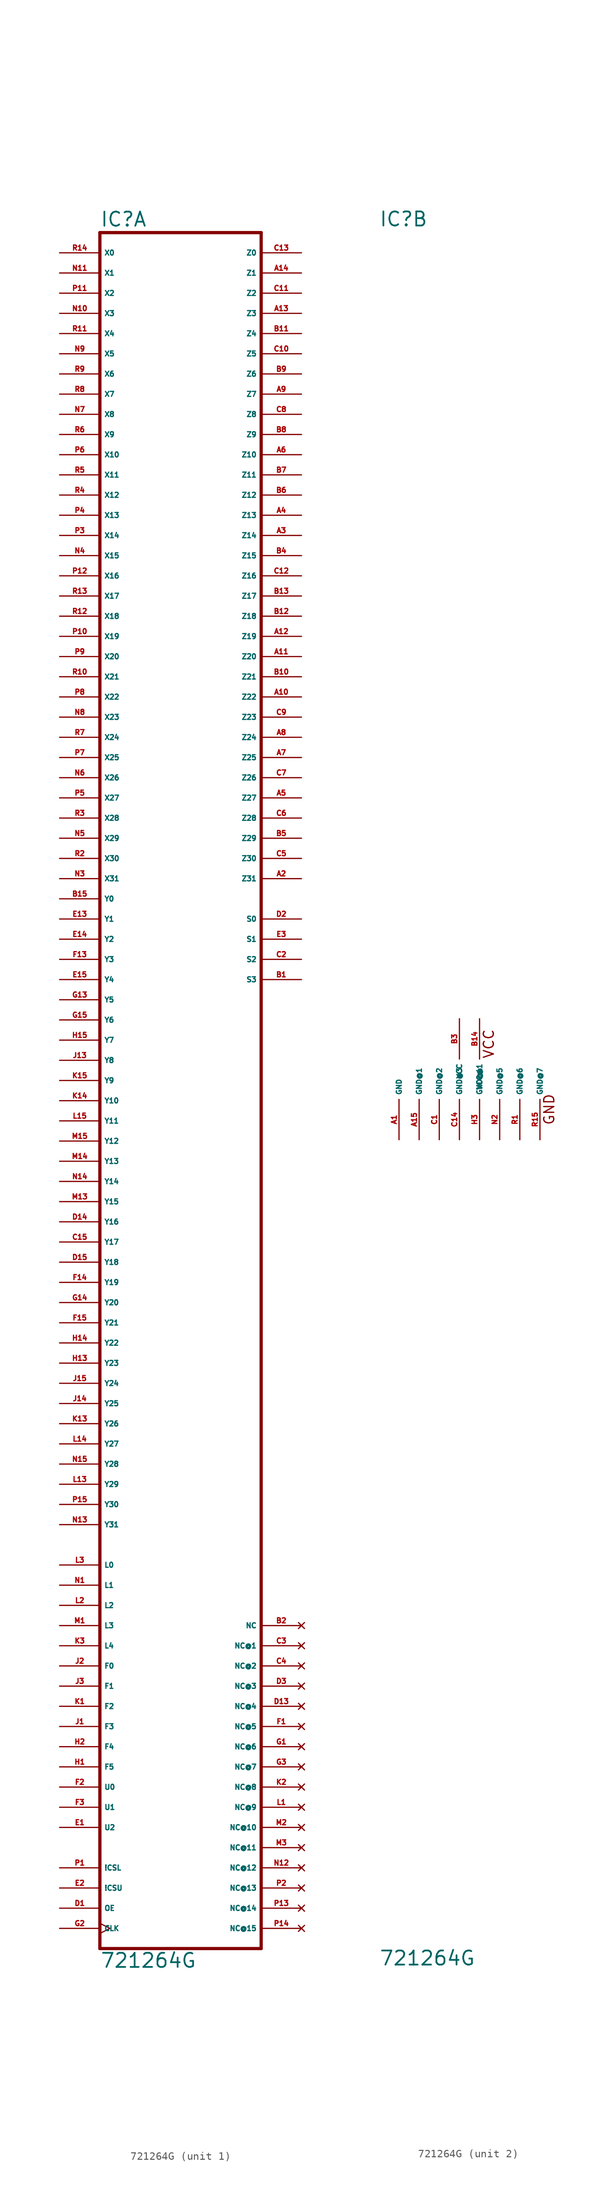
<source format=kicad_sym>
(kicad_symbol_lib
  (version 20220914)
  (generator Eagle2Kicad)
  (symbol "721264G"
    (property "Reference" "IC"
      (at -10.16 107.315 0)
      (effects (font (size 1.778 1.778) (thickness 0.22)) (justify left bottom)))
    (property "Value" "721264G"
      (at -10.16 -111.76 0)
      (effects (font (size 1.778 1.778) (thickness 0.22)) (justify left bottom)))
    (symbol "721264G_1_0"
      (polyline (pts (xy -10.16 -109.22) (xy 10.16 -109.22)) (stroke (width 0.406) (type default)) (fill (type none)))
      (polyline (pts (xy 10.16 -109.22) (xy 10.16 106.68)) (stroke (width 0.406) (type default)) (fill (type none)))
      (polyline (pts (xy 10.16 106.68) (xy -10.16 106.68)) (stroke (width 0.406) (type default)) (fill (type none)))
      (polyline (pts (xy -10.16 106.68) (xy -10.16 -109.22)) (stroke (width 0.406) (type default)) (fill (type none)))
      (pin input line (at -15.24 104.14 0) (length 5.08) (name "X0" (effects (font (size 0.635 0.635) (thickness 0.08)) (justify left bottom))) (number "R14" (effects (font (size 0.635 0.635) (thickness 0.08)) (justify left bottom))))
      (pin input line (at -15.24 101.6 0) (length 5.08) (name "X1" (effects (font (size 0.635 0.635) (thickness 0.08)) (justify left bottom))) (number "N11" (effects (font (size 0.635 0.635) (thickness 0.08)) (justify left bottom))))
      (pin input line (at -15.24 99.06 0) (length 5.08) (name "X2" (effects (font (size 0.635 0.635) (thickness 0.08)) (justify left bottom))) (number "P11" (effects (font (size 0.635 0.635) (thickness 0.08)) (justify left bottom))))
      (pin input line (at -15.24 96.52 0) (length 5.08) (name "X3" (effects (font (size 0.635 0.635) (thickness 0.08)) (justify left bottom))) (number "N10" (effects (font (size 0.635 0.635) (thickness 0.08)) (justify left bottom))))
      (pin input line (at -15.24 93.98 0) (length 5.08) (name "X4" (effects (font (size 0.635 0.635) (thickness 0.08)) (justify left bottom))) (number "R11" (effects (font (size 0.635 0.635) (thickness 0.08)) (justify left bottom))))
      (pin input line (at -15.24 91.44 0) (length 5.08) (name "X5" (effects (font (size 0.635 0.635) (thickness 0.08)) (justify left bottom))) (number "N9" (effects (font (size 0.635 0.635) (thickness 0.08)) (justify left bottom))))
      (pin input line (at -15.24 88.9 0) (length 5.08) (name "X6" (effects (font (size 0.635 0.635) (thickness 0.08)) (justify left bottom))) (number "R9" (effects (font (size 0.635 0.635) (thickness 0.08)) (justify left bottom))))
      (pin input line (at -15.24 86.36 0) (length 5.08) (name "X7" (effects (font (size 0.635 0.635) (thickness 0.08)) (justify left bottom))) (number "R8" (effects (font (size 0.635 0.635) (thickness 0.08)) (justify left bottom))))
      (pin input line (at -15.24 83.82 0) (length 5.08) (name "X8" (effects (font (size 0.635 0.635) (thickness 0.08)) (justify left bottom))) (number "N7" (effects (font (size 0.635 0.635) (thickness 0.08)) (justify left bottom))))
      (pin input line (at -15.24 81.28 0) (length 5.08) (name "X9" (effects (font (size 0.635 0.635) (thickness 0.08)) (justify left bottom))) (number "R6" (effects (font (size 0.635 0.635) (thickness 0.08)) (justify left bottom))))
      (pin input line (at -15.24 78.74 0) (length 5.08) (name "X10" (effects (font (size 0.635 0.635) (thickness 0.08)) (justify left bottom))) (number "P6" (effects (font (size 0.635 0.635) (thickness 0.08)) (justify left bottom))))
      (pin input line (at -15.24 76.2 0) (length 5.08) (name "X11" (effects (font (size 0.635 0.635) (thickness 0.08)) (justify left bottom))) (number "R5" (effects (font (size 0.635 0.635) (thickness 0.08)) (justify left bottom))))
      (pin input line (at -15.24 73.66 0) (length 5.08) (name "X12" (effects (font (size 0.635 0.635) (thickness 0.08)) (justify left bottom))) (number "R4" (effects (font (size 0.635 0.635) (thickness 0.08)) (justify left bottom))))
      (pin input line (at -15.24 71.12 0) (length 5.08) (name "X13" (effects (font (size 0.635 0.635) (thickness 0.08)) (justify left bottom))) (number "P4" (effects (font (size 0.635 0.635) (thickness 0.08)) (justify left bottom))))
      (pin input line (at -15.24 68.58 0) (length 5.08) (name "X14" (effects (font (size 0.635 0.635) (thickness 0.08)) (justify left bottom))) (number "P3" (effects (font (size 0.635 0.635) (thickness 0.08)) (justify left bottom))))
      (pin input line (at -15.24 66.04 0) (length 5.08) (name "X15" (effects (font (size 0.635 0.635) (thickness 0.08)) (justify left bottom))) (number "N4" (effects (font (size 0.635 0.635) (thickness 0.08)) (justify left bottom))))
      (pin input line (at -15.24 63.5 0) (length 5.08) (name "X16" (effects (font (size 0.635 0.635) (thickness 0.08)) (justify left bottom))) (number "P12" (effects (font (size 0.635 0.635) (thickness 0.08)) (justify left bottom))))
      (pin input line (at -15.24 60.96 0) (length 5.08) (name "X17" (effects (font (size 0.635 0.635) (thickness 0.08)) (justify left bottom))) (number "R13" (effects (font (size 0.635 0.635) (thickness 0.08)) (justify left bottom))))
      (pin input line (at -15.24 58.42 0) (length 5.08) (name "X18" (effects (font (size 0.635 0.635) (thickness 0.08)) (justify left bottom))) (number "R12" (effects (font (size 0.635 0.635) (thickness 0.08)) (justify left bottom))))
      (pin input line (at -15.24 55.88 0) (length 5.08) (name "X19" (effects (font (size 0.635 0.635) (thickness 0.08)) (justify left bottom))) (number "P10" (effects (font (size 0.635 0.635) (thickness 0.08)) (justify left bottom))))
      (pin input line (at -15.24 53.34 0) (length 5.08) (name "X20" (effects (font (size 0.635 0.635) (thickness 0.08)) (justify left bottom))) (number "P9" (effects (font (size 0.635 0.635) (thickness 0.08)) (justify left bottom))))
      (pin input line (at -15.24 50.8 0) (length 5.08) (name "X21" (effects (font (size 0.635 0.635) (thickness 0.08)) (justify left bottom))) (number "R10" (effects (font (size 0.635 0.635) (thickness 0.08)) (justify left bottom))))
      (pin input line (at -15.24 48.26 0) (length 5.08) (name "X22" (effects (font (size 0.635 0.635) (thickness 0.08)) (justify left bottom))) (number "P8" (effects (font (size 0.635 0.635) (thickness 0.08)) (justify left bottom))))
      (pin input line (at -15.24 45.72 0) (length 5.08) (name "X23" (effects (font (size 0.635 0.635) (thickness 0.08)) (justify left bottom))) (number "N8" (effects (font (size 0.635 0.635) (thickness 0.08)) (justify left bottom))))
      (pin input line (at -15.24 43.18 0) (length 5.08) (name "X24" (effects (font (size 0.635 0.635) (thickness 0.08)) (justify left bottom))) (number "R7" (effects (font (size 0.635 0.635) (thickness 0.08)) (justify left bottom))))
      (pin input line (at -15.24 40.64 0) (length 5.08) (name "X25" (effects (font (size 0.635 0.635) (thickness 0.08)) (justify left bottom))) (number "P7" (effects (font (size 0.635 0.635) (thickness 0.08)) (justify left bottom))))
      (pin input line (at -15.24 38.1 0) (length 5.08) (name "X26" (effects (font (size 0.635 0.635) (thickness 0.08)) (justify left bottom))) (number "N6" (effects (font (size 0.635 0.635) (thickness 0.08)) (justify left bottom))))
      (pin input line (at -15.24 35.56 0) (length 5.08) (name "X27" (effects (font (size 0.635 0.635) (thickness 0.08)) (justify left bottom))) (number "P5" (effects (font (size 0.635 0.635) (thickness 0.08)) (justify left bottom))))
      (pin input line (at -15.24 33.02 0) (length 5.08) (name "X28" (effects (font (size 0.635 0.635) (thickness 0.08)) (justify left bottom))) (number "R3" (effects (font (size 0.635 0.635) (thickness 0.08)) (justify left bottom))))
      (pin input line (at -15.24 30.48 0) (length 5.08) (name "X29" (effects (font (size 0.635 0.635) (thickness 0.08)) (justify left bottom))) (number "N5" (effects (font (size 0.635 0.635) (thickness 0.08)) (justify left bottom))))
      (pin input line (at -15.24 27.94 0) (length 5.08) (name "X30" (effects (font (size 0.635 0.635) (thickness 0.08)) (justify left bottom))) (number "R2" (effects (font (size 0.635 0.635) (thickness 0.08)) (justify left bottom))))
      (pin input line (at -15.24 25.4 0) (length 5.08) (name "X31" (effects (font (size 0.635 0.635) (thickness 0.08)) (justify left bottom))) (number "N3" (effects (font (size 0.635 0.635) (thickness 0.08)) (justify left bottom))))
      (pin input line (at -15.24 22.86 0) (length 5.08) (name "Y0" (effects (font (size 0.635 0.635) (thickness 0.08)) (justify left bottom))) (number "B15" (effects (font (size 0.635 0.635) (thickness 0.08)) (justify left bottom))))
      (pin input line (at -15.24 20.32 0) (length 5.08) (name "Y1" (effects (font (size 0.635 0.635) (thickness 0.08)) (justify left bottom))) (number "E13" (effects (font (size 0.635 0.635) (thickness 0.08)) (justify left bottom))))
      (pin input line (at -15.24 17.78 0) (length 5.08) (name "Y2" (effects (font (size 0.635 0.635) (thickness 0.08)) (justify left bottom))) (number "E14" (effects (font (size 0.635 0.635) (thickness 0.08)) (justify left bottom))))
      (pin input line (at -15.24 15.24 0) (length 5.08) (name "Y3" (effects (font (size 0.635 0.635) (thickness 0.08)) (justify left bottom))) (number "F13" (effects (font (size 0.635 0.635) (thickness 0.08)) (justify left bottom))))
      (pin input line (at -15.24 12.7 0) (length 5.08) (name "Y4" (effects (font (size 0.635 0.635) (thickness 0.08)) (justify left bottom))) (number "E15" (effects (font (size 0.635 0.635) (thickness 0.08)) (justify left bottom))))
      (pin input line (at -15.24 10.16 0) (length 5.08) (name "Y5" (effects (font (size 0.635 0.635) (thickness 0.08)) (justify left bottom))) (number "G13" (effects (font (size 0.635 0.635) (thickness 0.08)) (justify left bottom))))
      (pin input line (at -15.24 7.62 0) (length 5.08) (name "Y6" (effects (font (size 0.635 0.635) (thickness 0.08)) (justify left bottom))) (number "G15" (effects (font (size 0.635 0.635) (thickness 0.08)) (justify left bottom))))
      (pin input line (at -15.24 5.08 0) (length 5.08) (name "Y7" (effects (font (size 0.635 0.635) (thickness 0.08)) (justify left bottom))) (number "H15" (effects (font (size 0.635 0.635) (thickness 0.08)) (justify left bottom))))
      (pin input line (at -15.24 2.54 0) (length 5.08) (name "Y8" (effects (font (size 0.635 0.635) (thickness 0.08)) (justify left bottom))) (number "J13" (effects (font (size 0.635 0.635) (thickness 0.08)) (justify left bottom))))
      (pin input line (at -15.24 0 0) (length 5.08) (name "Y9" (effects (font (size 0.635 0.635) (thickness 0.08)) (justify left bottom))) (number "K15" (effects (font (size 0.635 0.635) (thickness 0.08)) (justify left bottom))))
      (pin input line (at -15.24 -2.54 0) (length 5.08) (name "Y10" (effects (font (size 0.635 0.635) (thickness 0.08)) (justify left bottom))) (number "K14" (effects (font (size 0.635 0.635) (thickness 0.08)) (justify left bottom))))
      (pin input line (at -15.24 -5.08 0) (length 5.08) (name "Y11" (effects (font (size 0.635 0.635) (thickness 0.08)) (justify left bottom))) (number "L15" (effects (font (size 0.635 0.635) (thickness 0.08)) (justify left bottom))))
      (pin input line (at -15.24 -7.62 0) (length 5.08) (name "Y12" (effects (font (size 0.635 0.635) (thickness 0.08)) (justify left bottom))) (number "M15" (effects (font (size 0.635 0.635) (thickness 0.08)) (justify left bottom))))
      (pin input line (at -15.24 -10.16 0) (length 5.08) (name "Y13" (effects (font (size 0.635 0.635) (thickness 0.08)) (justify left bottom))) (number "M14" (effects (font (size 0.635 0.635) (thickness 0.08)) (justify left bottom))))
      (pin input line (at -15.24 -12.7 0) (length 5.08) (name "Y14" (effects (font (size 0.635 0.635) (thickness 0.08)) (justify left bottom))) (number "N14" (effects (font (size 0.635 0.635) (thickness 0.08)) (justify left bottom))))
      (pin input line (at -15.24 -15.24 0) (length 5.08) (name "Y15" (effects (font (size 0.635 0.635) (thickness 0.08)) (justify left bottom))) (number "M13" (effects (font (size 0.635 0.635) (thickness 0.08)) (justify left bottom))))
      (pin input line (at -15.24 -17.78 0) (length 5.08) (name "Y16" (effects (font (size 0.635 0.635) (thickness 0.08)) (justify left bottom))) (number "D14" (effects (font (size 0.635 0.635) (thickness 0.08)) (justify left bottom))))
      (pin input line (at -15.24 -20.32 0) (length 5.08) (name "Y17" (effects (font (size 0.635 0.635) (thickness 0.08)) (justify left bottom))) (number "C15" (effects (font (size 0.635 0.635) (thickness 0.08)) (justify left bottom))))
      (pin input line (at -15.24 -22.86 0) (length 5.08) (name "Y18" (effects (font (size 0.635 0.635) (thickness 0.08)) (justify left bottom))) (number "D15" (effects (font (size 0.635 0.635) (thickness 0.08)) (justify left bottom))))
      (pin input line (at -15.24 -25.4 0) (length 5.08) (name "Y19" (effects (font (size 0.635 0.635) (thickness 0.08)) (justify left bottom))) (number "F14" (effects (font (size 0.635 0.635) (thickness 0.08)) (justify left bottom))))
      (pin input line (at -15.24 -27.94 0) (length 5.08) (name "Y20" (effects (font (size 0.635 0.635) (thickness 0.08)) (justify left bottom))) (number "G14" (effects (font (size 0.635 0.635) (thickness 0.08)) (justify left bottom))))
      (pin input line (at -15.24 -30.48 0) (length 5.08) (name "Y21" (effects (font (size 0.635 0.635) (thickness 0.08)) (justify left bottom))) (number "F15" (effects (font (size 0.635 0.635) (thickness 0.08)) (justify left bottom))))
      (pin input line (at -15.24 -33.02 0) (length 5.08) (name "Y22" (effects (font (size 0.635 0.635) (thickness 0.08)) (justify left bottom))) (number "H14" (effects (font (size 0.635 0.635) (thickness 0.08)) (justify left bottom))))
      (pin input line (at -15.24 -35.56 0) (length 5.08) (name "Y23" (effects (font (size 0.635 0.635) (thickness 0.08)) (justify left bottom))) (number "H13" (effects (font (size 0.635 0.635) (thickness 0.08)) (justify left bottom))))
      (pin input line (at -15.24 -38.1 0) (length 5.08) (name "Y24" (effects (font (size 0.635 0.635) (thickness 0.08)) (justify left bottom))) (number "J15" (effects (font (size 0.635 0.635) (thickness 0.08)) (justify left bottom))))
      (pin input line (at -15.24 -40.64 0) (length 5.08) (name "Y25" (effects (font (size 0.635 0.635) (thickness 0.08)) (justify left bottom))) (number "J14" (effects (font (size 0.635 0.635) (thickness 0.08)) (justify left bottom))))
      (pin input line (at -15.24 -43.18 0) (length 5.08) (name "Y26" (effects (font (size 0.635 0.635) (thickness 0.08)) (justify left bottom))) (number "K13" (effects (font (size 0.635 0.635) (thickness 0.08)) (justify left bottom))))
      (pin input line (at -15.24 -45.72 0) (length 5.08) (name "Y27" (effects (font (size 0.635 0.635) (thickness 0.08)) (justify left bottom))) (number "L14" (effects (font (size 0.635 0.635) (thickness 0.08)) (justify left bottom))))
      (pin input line (at -15.24 -48.26 0) (length 5.08) (name "Y28" (effects (font (size 0.635 0.635) (thickness 0.08)) (justify left bottom))) (number "N15" (effects (font (size 0.635 0.635) (thickness 0.08)) (justify left bottom))))
      (pin input line (at -15.24 -50.8 0) (length 5.08) (name "Y29" (effects (font (size 0.635 0.635) (thickness 0.08)) (justify left bottom))) (number "L13" (effects (font (size 0.635 0.635) (thickness 0.08)) (justify left bottom))))
      (pin input line (at -15.24 -53.34 0) (length 5.08) (name "Y30" (effects (font (size 0.635 0.635) (thickness 0.08)) (justify left bottom))) (number "P15" (effects (font (size 0.635 0.635) (thickness 0.08)) (justify left bottom))))
      (pin input line (at -15.24 -55.88 0) (length 5.08) (name "Y31" (effects (font (size 0.635 0.635) (thickness 0.08)) (justify left bottom))) (number "N13" (effects (font (size 0.635 0.635) (thickness 0.08)) (justify left bottom))))
      (pin input line (at -15.24 -60.96 0) (length 5.08) (name "L0" (effects (font (size 0.635 0.635) (thickness 0.08)) (justify left bottom))) (number "L3" (effects (font (size 0.635 0.635) (thickness 0.08)) (justify left bottom))))
      (pin input line (at -15.24 -63.5 0) (length 5.08) (name "L1" (effects (font (size 0.635 0.635) (thickness 0.08)) (justify left bottom))) (number "N1" (effects (font (size 0.635 0.635) (thickness 0.08)) (justify left bottom))))
      (pin input line (at -15.24 -66.04 0) (length 5.08) (name "L2" (effects (font (size 0.635 0.635) (thickness 0.08)) (justify left bottom))) (number "L2" (effects (font (size 0.635 0.635) (thickness 0.08)) (justify left bottom))))
      (pin input line (at -15.24 -68.58 0) (length 5.08) (name "L3" (effects (font (size 0.635 0.635) (thickness 0.08)) (justify left bottom))) (number "M1" (effects (font (size 0.635 0.635) (thickness 0.08)) (justify left bottom))))
      (pin input line (at -15.24 -71.12 0) (length 5.08) (name "L4" (effects (font (size 0.635 0.635) (thickness 0.08)) (justify left bottom))) (number "K3" (effects (font (size 0.635 0.635) (thickness 0.08)) (justify left bottom))))
      (pin input line (at -15.24 -73.66 0) (length 5.08) (name "F0" (effects (font (size 0.635 0.635) (thickness 0.08)) (justify left bottom))) (number "J2" (effects (font (size 0.635 0.635) (thickness 0.08)) (justify left bottom))))
      (pin input line (at -15.24 -76.2 0) (length 5.08) (name "F1" (effects (font (size 0.635 0.635) (thickness 0.08)) (justify left bottom))) (number "J3" (effects (font (size 0.635 0.635) (thickness 0.08)) (justify left bottom))))
      (pin input line (at -15.24 -78.74 0) (length 5.08) (name "F2" (effects (font (size 0.635 0.635) (thickness 0.08)) (justify left bottom))) (number "K1" (effects (font (size 0.635 0.635) (thickness 0.08)) (justify left bottom))))
      (pin input line (at -15.24 -81.28 0) (length 5.08) (name "F3" (effects (font (size 0.635 0.635) (thickness 0.08)) (justify left bottom))) (number "J1" (effects (font (size 0.635 0.635) (thickness 0.08)) (justify left bottom))))
      (pin input line (at -15.24 -83.82 0) (length 5.08) (name "F4" (effects (font (size 0.635 0.635) (thickness 0.08)) (justify left bottom))) (number "H2" (effects (font (size 0.635 0.635) (thickness 0.08)) (justify left bottom))))
      (pin input line (at -15.24 -86.36 0) (length 5.08) (name "F5" (effects (font (size 0.635 0.635) (thickness 0.08)) (justify left bottom))) (number "H1" (effects (font (size 0.635 0.635) (thickness 0.08)) (justify left bottom))))
      (pin input line (at -15.24 -88.9 0) (length 5.08) (name "U0" (effects (font (size 0.635 0.635) (thickness 0.08)) (justify left bottom))) (number "F2" (effects (font (size 0.635 0.635) (thickness 0.08)) (justify left bottom))))
      (pin input line (at -15.24 -91.44 0) (length 5.08) (name "U1" (effects (font (size 0.635 0.635) (thickness 0.08)) (justify left bottom))) (number "F3" (effects (font (size 0.635 0.635) (thickness 0.08)) (justify left bottom))))
      (pin input line (at -15.24 -93.98 0) (length 5.08) (name "U2" (effects (font (size 0.635 0.635) (thickness 0.08)) (justify left bottom))) (number "E1" (effects (font (size 0.635 0.635) (thickness 0.08)) (justify left bottom))))
      (pin input line (at -15.24 -99.06 0) (length 5.08) (name "!CSL" (effects (font (size 0.635 0.635) (thickness 0.08)) (justify left bottom))) (number "P1" (effects (font (size 0.635 0.635) (thickness 0.08)) (justify left bottom))))
      (pin input line (at -15.24 -101.6 0) (length 5.08) (name "!CSU" (effects (font (size 0.635 0.635) (thickness 0.08)) (justify left bottom))) (number "E2" (effects (font (size 0.635 0.635) (thickness 0.08)) (justify left bottom))))
      (pin input line (at -15.24 -104.14 0) (length 5.08) (name "OE" (effects (font (size 0.635 0.635) (thickness 0.08)) (justify left bottom))) (number "D1" (effects (font (size 0.635 0.635) (thickness 0.08)) (justify left bottom))))
      (pin input clock (at -15.24 -106.68 0) (length 5.08) (name "CLK" (effects (font (size 0.635 0.635) (thickness 0.08)) (justify left bottom))) (number "G2" (effects (font (size 0.635 0.635) (thickness 0.08)) (justify left bottom))))
      (pin output line (at 15.24 104.14 180) (length 5.08) (name "Z0" (effects (font (size 0.635 0.635) (thickness 0.08)) (justify left bottom))) (number "C13" (effects (font (size 0.635 0.635) (thickness 0.08)) (justify left bottom))))
      (pin output line (at 15.24 101.6 180) (length 5.08) (name "Z1" (effects (font (size 0.635 0.635) (thickness 0.08)) (justify left bottom))) (number "A14" (effects (font (size 0.635 0.635) (thickness 0.08)) (justify left bottom))))
      (pin output line (at 15.24 99.06 180) (length 5.08) (name "Z2" (effects (font (size 0.635 0.635) (thickness 0.08)) (justify left bottom))) (number "C11" (effects (font (size 0.635 0.635) (thickness 0.08)) (justify left bottom))))
      (pin output line (at 15.24 96.52 180) (length 5.08) (name "Z3" (effects (font (size 0.635 0.635) (thickness 0.08)) (justify left bottom))) (number "A13" (effects (font (size 0.635 0.635) (thickness 0.08)) (justify left bottom))))
      (pin output line (at 15.24 93.98 180) (length 5.08) (name "Z4" (effects (font (size 0.635 0.635) (thickness 0.08)) (justify left bottom))) (number "B11" (effects (font (size 0.635 0.635) (thickness 0.08)) (justify left bottom))))
      (pin output line (at 15.24 91.44 180) (length 5.08) (name "Z5" (effects (font (size 0.635 0.635) (thickness 0.08)) (justify left bottom))) (number "C10" (effects (font (size 0.635 0.635) (thickness 0.08)) (justify left bottom))))
      (pin output line (at 15.24 88.9 180) (length 5.08) (name "Z6" (effects (font (size 0.635 0.635) (thickness 0.08)) (justify left bottom))) (number "B9" (effects (font (size 0.635 0.635) (thickness 0.08)) (justify left bottom))))
      (pin output line (at 15.24 86.36 180) (length 5.08) (name "Z7" (effects (font (size 0.635 0.635) (thickness 0.08)) (justify left bottom))) (number "A9" (effects (font (size 0.635 0.635) (thickness 0.08)) (justify left bottom))))
      (pin output line (at 15.24 83.82 180) (length 5.08) (name "Z8" (effects (font (size 0.635 0.635) (thickness 0.08)) (justify left bottom))) (number "C8" (effects (font (size 0.635 0.635) (thickness 0.08)) (justify left bottom))))
      (pin output line (at 15.24 81.28 180) (length 5.08) (name "Z9" (effects (font (size 0.635 0.635) (thickness 0.08)) (justify left bottom))) (number "B8" (effects (font (size 0.635 0.635) (thickness 0.08)) (justify left bottom))))
      (pin output line (at 15.24 78.74 180) (length 5.08) (name "Z10" (effects (font (size 0.635 0.635) (thickness 0.08)) (justify left bottom))) (number "A6" (effects (font (size 0.635 0.635) (thickness 0.08)) (justify left bottom))))
      (pin output line (at 15.24 76.2 180) (length 5.08) (name "Z11" (effects (font (size 0.635 0.635) (thickness 0.08)) (justify left bottom))) (number "B7" (effects (font (size 0.635 0.635) (thickness 0.08)) (justify left bottom))))
      (pin output line (at 15.24 73.66 180) (length 5.08) (name "Z12" (effects (font (size 0.635 0.635) (thickness 0.08)) (justify left bottom))) (number "B6" (effects (font (size 0.635 0.635) (thickness 0.08)) (justify left bottom))))
      (pin output line (at 15.24 71.12 180) (length 5.08) (name "Z13" (effects (font (size 0.635 0.635) (thickness 0.08)) (justify left bottom))) (number "A4" (effects (font (size 0.635 0.635) (thickness 0.08)) (justify left bottom))))
      (pin output line (at 15.24 68.58 180) (length 5.08) (name "Z14" (effects (font (size 0.635 0.635) (thickness 0.08)) (justify left bottom))) (number "A3" (effects (font (size 0.635 0.635) (thickness 0.08)) (justify left bottom))))
      (pin output line (at 15.24 66.04 180) (length 5.08) (name "Z15" (effects (font (size 0.635 0.635) (thickness 0.08)) (justify left bottom))) (number "B4" (effects (font (size 0.635 0.635) (thickness 0.08)) (justify left bottom))))
      (pin output line (at 15.24 63.5 180) (length 5.08) (name "Z16" (effects (font (size 0.635 0.635) (thickness 0.08)) (justify left bottom))) (number "C12" (effects (font (size 0.635 0.635) (thickness 0.08)) (justify left bottom))))
      (pin output line (at 15.24 60.96 180) (length 5.08) (name "Z17" (effects (font (size 0.635 0.635) (thickness 0.08)) (justify left bottom))) (number "B13" (effects (font (size 0.635 0.635) (thickness 0.08)) (justify left bottom))))
      (pin output line (at 15.24 58.42 180) (length 5.08) (name "Z18" (effects (font (size 0.635 0.635) (thickness 0.08)) (justify left bottom))) (number "B12" (effects (font (size 0.635 0.635) (thickness 0.08)) (justify left bottom))))
      (pin output line (at 15.24 55.88 180) (length 5.08) (name "Z19" (effects (font (size 0.635 0.635) (thickness 0.08)) (justify left bottom))) (number "A12" (effects (font (size 0.635 0.635) (thickness 0.08)) (justify left bottom))))
      (pin output line (at 15.24 53.34 180) (length 5.08) (name "Z20" (effects (font (size 0.635 0.635) (thickness 0.08)) (justify left bottom))) (number "A11" (effects (font (size 0.635 0.635) (thickness 0.08)) (justify left bottom))))
      (pin output line (at 15.24 50.8 180) (length 5.08) (name "Z21" (effects (font (size 0.635 0.635) (thickness 0.08)) (justify left bottom))) (number "B10" (effects (font (size 0.635 0.635) (thickness 0.08)) (justify left bottom))))
      (pin output line (at 15.24 48.26 180) (length 5.08) (name "Z22" (effects (font (size 0.635 0.635) (thickness 0.08)) (justify left bottom))) (number "A10" (effects (font (size 0.635 0.635) (thickness 0.08)) (justify left bottom))))
      (pin output line (at 15.24 45.72 180) (length 5.08) (name "Z23" (effects (font (size 0.635 0.635) (thickness 0.08)) (justify left bottom))) (number "C9" (effects (font (size 0.635 0.635) (thickness 0.08)) (justify left bottom))))
      (pin output line (at 15.24 43.18 180) (length 5.08) (name "Z24" (effects (font (size 0.635 0.635) (thickness 0.08)) (justify left bottom))) (number "A8" (effects (font (size 0.635 0.635) (thickness 0.08)) (justify left bottom))))
      (pin output line (at 15.24 40.64 180) (length 5.08) (name "Z25" (effects (font (size 0.635 0.635) (thickness 0.08)) (justify left bottom))) (number "A7" (effects (font (size 0.635 0.635) (thickness 0.08)) (justify left bottom))))
      (pin output line (at 15.24 38.1 180) (length 5.08) (name "Z26" (effects (font (size 0.635 0.635) (thickness 0.08)) (justify left bottom))) (number "C7" (effects (font (size 0.635 0.635) (thickness 0.08)) (justify left bottom))))
      (pin output line (at 15.24 35.56 180) (length 5.08) (name "Z27" (effects (font (size 0.635 0.635) (thickness 0.08)) (justify left bottom))) (number "A5" (effects (font (size 0.635 0.635) (thickness 0.08)) (justify left bottom))))
      (pin output line (at 15.24 33.02 180) (length 5.08) (name "Z28" (effects (font (size 0.635 0.635) (thickness 0.08)) (justify left bottom))) (number "C6" (effects (font (size 0.635 0.635) (thickness 0.08)) (justify left bottom))))
      (pin output line (at 15.24 30.48 180) (length 5.08) (name "Z29" (effects (font (size 0.635 0.635) (thickness 0.08)) (justify left bottom))) (number "B5" (effects (font (size 0.635 0.635) (thickness 0.08)) (justify left bottom))))
      (pin output line (at 15.24 27.94 180) (length 5.08) (name "Z30" (effects (font (size 0.635 0.635) (thickness 0.08)) (justify left bottom))) (number "C5" (effects (font (size 0.635 0.635) (thickness 0.08)) (justify left bottom))))
      (pin output line (at 15.24 25.4 180) (length 5.08) (name "Z31" (effects (font (size 0.635 0.635) (thickness 0.08)) (justify left bottom))) (number "A2" (effects (font (size 0.635 0.635) (thickness 0.08)) (justify left bottom))))
      (pin output line (at 15.24 20.32 180) (length 5.08) (name "S0" (effects (font (size 0.635 0.635) (thickness 0.08)) (justify left bottom))) (number "D2" (effects (font (size 0.635 0.635) (thickness 0.08)) (justify left bottom))))
      (pin output line (at 15.24 17.78 180) (length 5.08) (name "S1" (effects (font (size 0.635 0.635) (thickness 0.08)) (justify left bottom))) (number "E3" (effects (font (size 0.635 0.635) (thickness 0.08)) (justify left bottom))))
      (pin output line (at 15.24 15.24 180) (length 5.08) (name "S2" (effects (font (size 0.635 0.635) (thickness 0.08)) (justify left bottom))) (number "C2" (effects (font (size 0.635 0.635) (thickness 0.08)) (justify left bottom))))
      (pin output line (at 15.24 12.7 180) (length 5.08) (name "S3" (effects (font (size 0.635 0.635) (thickness 0.08)) (justify left bottom))) (number "B1" (effects (font (size 0.635 0.635) (thickness 0.08)) (justify left bottom))))
      (pin no_connect line (at 15.24 -106.68 180) (length 5.08) (name "NC@15" (effects (font (size 0.635 0.635) (thickness 0.08)) (justify left bottom) hide)) (number "P14" (effects (font (size 0.635 0.635) (thickness 0.08)) (justify left bottom) hide)))
      (pin no_connect line (at 15.24 -104.14 180) (length 5.08) (name "NC@14" (effects (font (size 0.635 0.635) (thickness 0.08)) (justify left bottom) hide)) (number "P13" (effects (font (size 0.635 0.635) (thickness 0.08)) (justify left bottom) hide)))
      (pin no_connect line (at 15.24 -101.6 180) (length 5.08) (name "NC@13" (effects (font (size 0.635 0.635) (thickness 0.08)) (justify left bottom) hide)) (number "P2" (effects (font (size 0.635 0.635) (thickness 0.08)) (justify left bottom) hide)))
      (pin no_connect line (at 15.24 -99.06 180) (length 5.08) (name "NC@12" (effects (font (size 0.635 0.635) (thickness 0.08)) (justify left bottom) hide)) (number "N12" (effects (font (size 0.635 0.635) (thickness 0.08)) (justify left bottom) hide)))
      (pin no_connect line (at 15.24 -96.52 180) (length 5.08) (name "NC@11" (effects (font (size 0.635 0.635) (thickness 0.08)) (justify left bottom) hide)) (number "M3" (effects (font (size 0.635 0.635) (thickness 0.08)) (justify left bottom) hide)))
      (pin no_connect line (at 15.24 -93.98 180) (length 5.08) (name "NC@10" (effects (font (size 0.635 0.635) (thickness 0.08)) (justify left bottom) hide)) (number "M2" (effects (font (size 0.635 0.635) (thickness 0.08)) (justify left bottom) hide)))
      (pin no_connect line (at 15.24 -91.44 180) (length 5.08) (name "NC@9" (effects (font (size 0.635 0.635) (thickness 0.08)) (justify left bottom) hide)) (number "L1" (effects (font (size 0.635 0.635) (thickness 0.08)) (justify left bottom) hide)))
      (pin no_connect line (at 15.24 -88.9 180) (length 5.08) (name "NC@8" (effects (font (size 0.635 0.635) (thickness 0.08)) (justify left bottom) hide)) (number "K2" (effects (font (size 0.635 0.635) (thickness 0.08)) (justify left bottom) hide)))
      (pin no_connect line (at 15.24 -86.36 180) (length 5.08) (name "NC@7" (effects (font (size 0.635 0.635) (thickness 0.08)) (justify left bottom) hide)) (number "G3" (effects (font (size 0.635 0.635) (thickness 0.08)) (justify left bottom) hide)))
      (pin no_connect line (at 15.24 -83.82 180) (length 5.08) (name "NC@6" (effects (font (size 0.635 0.635) (thickness 0.08)) (justify left bottom) hide)) (number "G1" (effects (font (size 0.635 0.635) (thickness 0.08)) (justify left bottom) hide)))
      (pin no_connect line (at 15.24 -81.28 180) (length 5.08) (name "NC@5" (effects (font (size 0.635 0.635) (thickness 0.08)) (justify left bottom) hide)) (number "F1" (effects (font (size 0.635 0.635) (thickness 0.08)) (justify left bottom) hide)))
      (pin no_connect line (at 15.24 -78.74 180) (length 5.08) (name "NC@4" (effects (font (size 0.635 0.635) (thickness 0.08)) (justify left bottom) hide)) (number "D13" (effects (font (size 0.635 0.635) (thickness 0.08)) (justify left bottom) hide)))
      (pin no_connect line (at 15.24 -76.2 180) (length 5.08) (name "NC@3" (effects (font (size 0.635 0.635) (thickness 0.08)) (justify left bottom) hide)) (number "D3" (effects (font (size 0.635 0.635) (thickness 0.08)) (justify left bottom) hide)))
      (pin no_connect line (at 15.24 -73.66 180) (length 5.08) (name "NC@2" (effects (font (size 0.635 0.635) (thickness 0.08)) (justify left bottom) hide)) (number "C4" (effects (font (size 0.635 0.635) (thickness 0.08)) (justify left bottom) hide)))
      (pin no_connect line (at 15.24 -71.12 180) (length 5.08) (name "NC@1" (effects (font (size 0.635 0.635) (thickness 0.08)) (justify left bottom) hide)) (number "C3" (effects (font (size 0.635 0.635) (thickness 0.08)) (justify left bottom) hide)))
      (pin no_connect line (at 15.24 -68.58 180) (length 5.08) (name "NC" (effects (font (size 0.635 0.635) (thickness 0.08)) (justify left bottom) hide)) (number "B2" (effects (font (size 0.635 0.635) (thickness 0.08)) (justify left bottom) hide))))
    (symbol "721264G_2_0"
      (text "GND" (at 12.065 -5.842 900) (effects (font (size 1.27 1.27) (thickness 0.16)) (justify left bottom)))
      (text "VCC" (at 4.445 2.54 900) (effects (font (size 1.27 1.27) (thickness 0.16)) (justify left bottom)))
      (pin unspecified line (at 0 7.62 270) (length 5.08) (name "VCC" (effects (font (size 0.635 0.635) (thickness 0.08)) (justify left bottom))) (number "B3" (effects (font (size 0.635 0.635) (thickness 0.08)) (justify left bottom))))
      (pin unspecified line (at -7.62 -7.62 90) (length 5.08) (name "GND" (effects (font (size 0.635 0.635) (thickness 0.08)) (justify left bottom))) (number "A1" (effects (font (size 0.635 0.635) (thickness 0.08)) (justify left bottom))))
      (pin unspecified line (at 2.54 7.62 270) (length 5.08) (name "VCC@1" (effects (font (size 0.635 0.635) (thickness 0.08)) (justify left bottom))) (number "B14" (effects (font (size 0.635 0.635) (thickness 0.08)) (justify left bottom))))
      (pin unspecified line (at -5.08 -7.62 90) (length 5.08) (name "GND@1" (effects (font (size 0.635 0.635) (thickness 0.08)) (justify left bottom))) (number "A15" (effects (font (size 0.635 0.635) (thickness 0.08)) (justify left bottom))))
      (pin unspecified line (at -2.54 -7.62 90) (length 5.08) (name "GND@2" (effects (font (size 0.635 0.635) (thickness 0.08)) (justify left bottom))) (number "C1" (effects (font (size 0.635 0.635) (thickness 0.08)) (justify left bottom))))
      (pin unspecified line (at 0 -7.62 90) (length 5.08) (name "GND@3" (effects (font (size 0.635 0.635) (thickness 0.08)) (justify left bottom))) (number "C14" (effects (font (size 0.635 0.635) (thickness 0.08)) (justify left bottom))))
      (pin unspecified line (at 2.54 -7.62 90) (length 5.08) (name "GND@4" (effects (font (size 0.635 0.635) (thickness 0.08)) (justify left bottom))) (number "H3" (effects (font (size 0.635 0.635) (thickness 0.08)) (justify left bottom))))
      (pin unspecified line (at 5.08 -7.62 90) (length 5.08) (name "GND@5" (effects (font (size 0.635 0.635) (thickness 0.08)) (justify left bottom))) (number "N2" (effects (font (size 0.635 0.635) (thickness 0.08)) (justify left bottom))))
      (pin unspecified line (at 7.62 -7.62 90) (length 5.08) (name "GND@6" (effects (font (size 0.635 0.635) (thickness 0.08)) (justify left bottom))) (number "R1" (effects (font (size 0.635 0.635) (thickness 0.08)) (justify left bottom))))
      (pin unspecified line (at 10.16 -7.62 90) (length 5.08) (name "GND@7" (effects (font (size 0.635 0.635) (thickness 0.08)) (justify left bottom))) (number "R15" (effects (font (size 0.635 0.635) (thickness 0.08)) (justify left bottom)))))))
</source>
